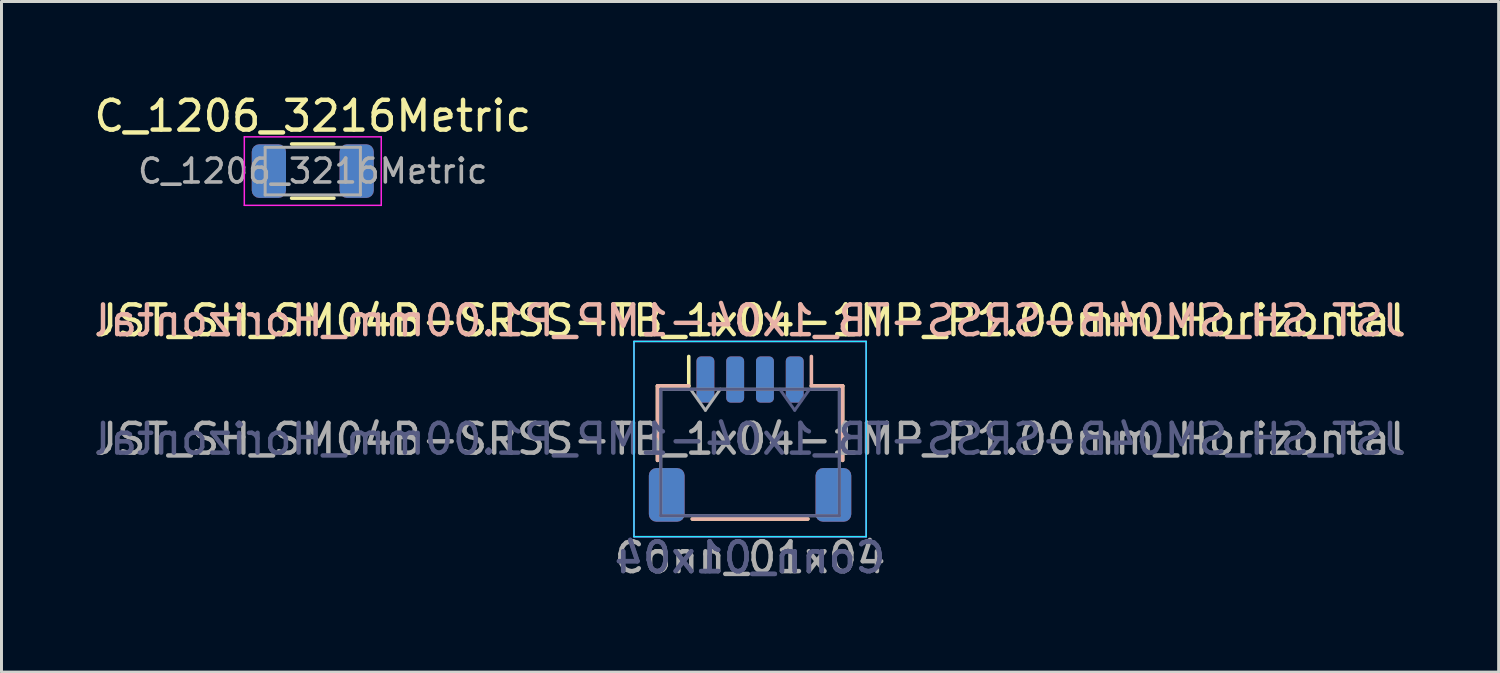
<source format=kicad_pcb>
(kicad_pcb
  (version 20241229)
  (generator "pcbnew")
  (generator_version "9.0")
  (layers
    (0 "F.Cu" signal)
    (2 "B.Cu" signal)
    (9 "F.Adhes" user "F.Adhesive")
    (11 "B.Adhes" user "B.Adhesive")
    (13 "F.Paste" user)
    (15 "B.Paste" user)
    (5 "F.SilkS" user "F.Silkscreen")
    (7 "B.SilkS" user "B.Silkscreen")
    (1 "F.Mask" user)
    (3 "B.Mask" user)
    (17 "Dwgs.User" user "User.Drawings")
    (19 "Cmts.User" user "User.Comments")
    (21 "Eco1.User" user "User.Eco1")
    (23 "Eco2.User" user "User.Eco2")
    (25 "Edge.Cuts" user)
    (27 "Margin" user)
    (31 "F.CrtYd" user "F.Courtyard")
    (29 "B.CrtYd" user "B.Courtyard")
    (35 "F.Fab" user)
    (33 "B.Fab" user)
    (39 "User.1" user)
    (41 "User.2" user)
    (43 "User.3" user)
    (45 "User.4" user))
  (footprint "C_1206_3216Metric"
    (layer "F.Cu")
    (at 7.458 2.698)
    (property "Reference" "C_1206_3216Metric" (at 0 -1.85 180) (layer "F.SilkS") (effects (font (size 1 1) (thickness 0.15))))
    (attr smd)
    (fp_line (start -0.711 -0.91) (end 0.711 -0.91) (stroke (width 0.12) (type solid)) (layer "F.SilkS"))
    (fp_line (start -0.711 0.91) (end 0.711 0.91) (stroke (width 0.12) (type solid)) (layer "F.SilkS"))
    (fp_line (start -2.3 -1.15) (end 2.3 -1.15) (stroke (width 0.05) (type solid)) (layer "F.CrtYd"))
    (fp_line (start -2.3 1.15) (end -2.3 -1.15) (stroke (width 0.05) (type solid)) (layer "F.CrtYd"))
    (fp_line (start 2.3 -1.15) (end 2.3 1.15) (stroke (width 0.05) (type solid)) (layer "F.CrtYd"))
    (fp_line (start 2.3 1.15) (end -2.3 1.15) (stroke (width 0.05) (type solid)) (layer "F.CrtYd"))
    (fp_line (start -1.6 -0.8) (end 1.6 -0.8) (stroke (width 0.1) (type solid)) (layer "F.Fab"))
    (fp_line (start -1.6 0.8) (end -1.6 -0.8) (stroke (width 0.1) (type solid)) (layer "F.Fab"))
    (fp_line (start 1.6 -0.8) (end 1.6 0.8) (stroke (width 0.1) (type solid)) (layer "F.Fab"))
    (fp_line (start 1.6 0.8) (end -1.6 0.8) (stroke (width 0.1) (type solid)) (layer "F.Fab"))
    (fp_text user "${REFERENCE}" (at 0 0 180) (layer "F.Fab") (effects (font (size 0.8 0.8) (thickness 0.12))))
    (pad "1" smd roundrect (at -1.475 0) (size 1.15 1.8) (layers "F.Cu" "F.Mask" "F.Paste") (roundrect_rratio 0.217))
    (pad "1" smd roundrect (at -1.475 0) (size 1.15 1.8) (layers "B.Cu" "B.Mask" "B.Paste") (roundrect_rratio 0.217))
    (pad "2" smd roundrect (at 1.475 0) (size 1.15 1.8) (layers "F.Cu" "F.Mask" "F.Paste") (roundrect_rratio 0.217))
    (pad "2" smd roundrect (at 1.475 0) (size 1.15 1.8) (layers "B.Cu" "B.Mask" "B.Paste") (roundrect_rratio 0.217)))
  (footprint "JST_SH_SM04B-SRSS-TB_1x04-1MP_P1.00mm_Horizontal"
    (layer "F.Cu")
    (at 22.149 11.701)
    (property "Reference" "JST_SH_SM04B-SRSS-TB_1x04-1MP_P1.00mm_Horizontal" (at 0 -3.98 180) (layer "F.SilkS") (effects (font (size 1 1) (thickness 0.15))))
    (property "Value" "Conn_01x04" (at 0 3.98 180) (layer "F.Fab") (hide yes) (effects (font (size 1 1) (thickness 0.15))))
    (attr smd)
    (fp_line (start -3.11 -1.785) (end -2.06 -1.785) (stroke (width 0.12) (type solid)) (layer "F.SilkS"))
    (fp_line (start -3.11 0.715) (end -3.11 -1.785) (stroke (width 0.12) (type solid)) (layer "F.SilkS"))
    (fp_line (start -2.06 -1.785) (end -2.06 -2.775) (stroke (width 0.12) (type solid)) (layer "F.SilkS"))
    (fp_line (start -1.94 2.685) (end 1.94 2.685) (stroke (width 0.12) (type solid)) (layer "F.SilkS"))
    (fp_line (start 3.11 -1.785) (end 2.06 -1.785) (stroke (width 0.12) (type solid)) (layer "F.SilkS"))
    (fp_line (start 3.11 0.715) (end 3.11 -1.785) (stroke (width 0.12) (type solid)) (layer "F.SilkS"))
    (fp_line (start -3.11 -1.785) (end -2.06 -1.785) (stroke (width 0.12) (type solid)) (layer "B.SilkS"))
    (fp_line (start -3.11 0.715) (end -3.11 -1.785) (stroke (width 0.12) (type solid)) (layer "B.SilkS"))
    (fp_line (start 1.94 2.685) (end -1.94 2.685) (stroke (width 0.12) (type solid)) (layer "B.SilkS"))
    (fp_line (start 2.06 -1.785) (end 2.06 -2.775) (stroke (width 0.12) (type solid)) (layer "B.SilkS"))
    (fp_line (start 3.11 -1.785) (end 2.06 -1.785) (stroke (width 0.12) (type solid)) (layer "B.SilkS"))
    (fp_line (start 3.11 0.715) (end 3.11 -1.785) (stroke (width 0.12) (type solid)) (layer "B.SilkS"))
    (fp_line (start -3.9 -3.28) (end 3.9 -3.28) (stroke (width 0.05) (type solid)) (layer "B.CrtYd"))
    (fp_line (start -3.9 3.28) (end -3.9 -3.28) (stroke (width 0.05) (type solid)) (layer "B.CrtYd"))
    (fp_line (start 3.9 -3.28) (end 3.9 3.28) (stroke (width 0.05) (type solid)) (layer "B.CrtYd"))
    (fp_line (start 3.9 3.28) (end -3.9 3.28) (stroke (width 0.05) (type solid)) (layer "B.CrtYd"))
    (fp_line (start -3.9 -3.28) (end -3.9 3.28) (stroke (width 0.05) (type solid)) (layer "F.CrtYd"))
    (fp_line (start -3.9 3.28) (end 3.9 3.28) (stroke (width 0.05) (type solid)) (layer "F.CrtYd"))
    (fp_line (start 3.9 -3.28) (end -3.9 -3.28) (stroke (width 0.05) (type solid)) (layer "F.CrtYd"))
    (fp_line (start 3.9 3.28) (end 3.9 -3.28) (stroke (width 0.05) (type solid)) (layer "F.CrtYd"))
    (fp_line (start -3 -1.675) (end -3 2.575) (stroke (width 0.1) (type solid)) (layer "B.Fab"))
    (fp_line (start 1.5 -0.968) (end 1 -1.675) (stroke (width 0.1) (type solid)) (layer "B.Fab"))
    (fp_line (start 2 -1.675) (end 1.5 -0.968) (stroke (width 0.1) (type solid)) (layer "B.Fab"))
    (fp_line (start 3 -1.675) (end -3 -1.675) (stroke (width 0.1) (type solid)) (layer "B.Fab"))
    (fp_line (start 3 -1.675) (end 3 2.575) (stroke (width 0.1) (type solid)) (layer "B.Fab"))
    (fp_line (start 3 2.575) (end -3 2.575) (stroke (width 0.1) (type solid)) (layer "B.Fab"))
    (fp_line (start -3 -1.675) (end -3 2.575) (stroke (width 0.1) (type solid)) (layer "F.Fab"))
    (fp_line (start -3 -1.675) (end 3 -1.675) (stroke (width 0.1) (type solid)) (layer "F.Fab"))
    (fp_line (start -3 2.575) (end 3 2.575) (stroke (width 0.1) (type solid)) (layer "F.Fab"))
    (fp_line (start -2 -1.675) (end -1.5 -0.968) (stroke (width 0.1) (type solid)) (layer "F.Fab"))
    (fp_line (start -1.5 -0.968) (end -1 -1.675) (stroke (width 0.1) (type solid)) (layer "F.Fab"))
    (fp_line (start 3 -1.675) (end 3 2.575) (stroke (width 0.1) (type solid)) (layer "F.Fab"))
    (fp_text user "${REFERENCE}" (at 0 -3.98 180) (layer "B.SilkS") (effects (font (size 1 1) (thickness 0.15)) (justify mirror)))
    (fp_text user "${REFERENCE}" (at 0 0 180) (layer "B.Fab") (effects (font (size 1 1) (thickness 0.15)) (justify mirror)))
    (fp_text user "${VALUE}" (at 0 3.98 180) (layer "B.Fab") (effects (font (size 1 1) (thickness 0.15)) (justify mirror)))
    (fp_text user "${VALUE}" (at 0 3.98 180) (layer "B.Fab") (effects (font (size 1 1) (thickness 0.15)) (justify mirror)))
    (fp_text user "${VALUE}" (at 0 3.98 180) (layer "F.Fab") (effects (font (size 1 1) (thickness 0.15))))
    (fp_text user "${REFERENCE}" (at 0 0 180) (layer "F.Fab") (effects (font (size 1 1) (thickness 0.15))))
    (pad "1" smd roundrect (at -1.5 -2) (size 0.6 1.55) (layers "F.Cu" "F.Mask" "F.Paste") (roundrect_rratio 0.25))
    (pad "1" smd roundrect (at 1.5 -2) (size 0.6 1.55) (layers "B.Cu" "B.Mask" "B.Paste") (roundrect_rratio 0.25))
    (pad "2" smd roundrect (at -0.5 -2) (size 0.6 1.55) (layers "F.Cu" "F.Mask" "F.Paste") (roundrect_rratio 0.25))
    (pad "2" smd roundrect (at 0.5 -2) (size 0.6 1.55) (layers "B.Cu" "B.Mask" "B.Paste") (roundrect_rratio 0.25))
    (pad "3" smd roundrect (at -0.5 -2) (size 0.6 1.55) (layers "B.Cu" "B.Mask" "B.Paste") (roundrect_rratio 0.25))
    (pad "3" smd roundrect (at 0.5 -2) (size 0.6 1.55) (layers "F.Cu" "F.Mask" "F.Paste") (roundrect_rratio 0.25))
    (pad "4" smd roundrect (at -1.5 -2) (size 0.6 1.55) (layers "B.Cu" "B.Mask" "B.Paste") (roundrect_rratio 0.25))
    (pad "4" smd roundrect (at 1.5 -2) (size 0.6 1.55) (layers "F.Cu" "F.Mask" "F.Paste") (roundrect_rratio 0.25))
    (pad "MP" smd roundrect (at -2.8 1.875) (size 1.2 1.8) (layers "F.Cu" "F.Mask" "F.Paste") (roundrect_rratio 0.208))
    (pad "MP" smd roundrect (at -2.8 1.875) (size 1.2 1.8) (layers "B.Cu" "B.Mask" "B.Paste") (roundrect_rratio 0.208))
    (pad "MP" smd roundrect (at 2.8 1.875) (size 1.2 1.8) (layers "F.Cu" "F.Mask" "F.Paste") (roundrect_rratio 0.208))
    (pad "MP" smd roundrect (at 2.8 1.875) (size 1.2 1.8) (layers "B.Cu" "B.Mask" "B.Paste") (roundrect_rratio 0.208)))
  (gr_rect
    (start -3 -3)
    (end 47.298 19.53)
    (stroke (width 0.1) (type default))
    (fill no)
    (layer "Edge.Cuts")))
</source>
